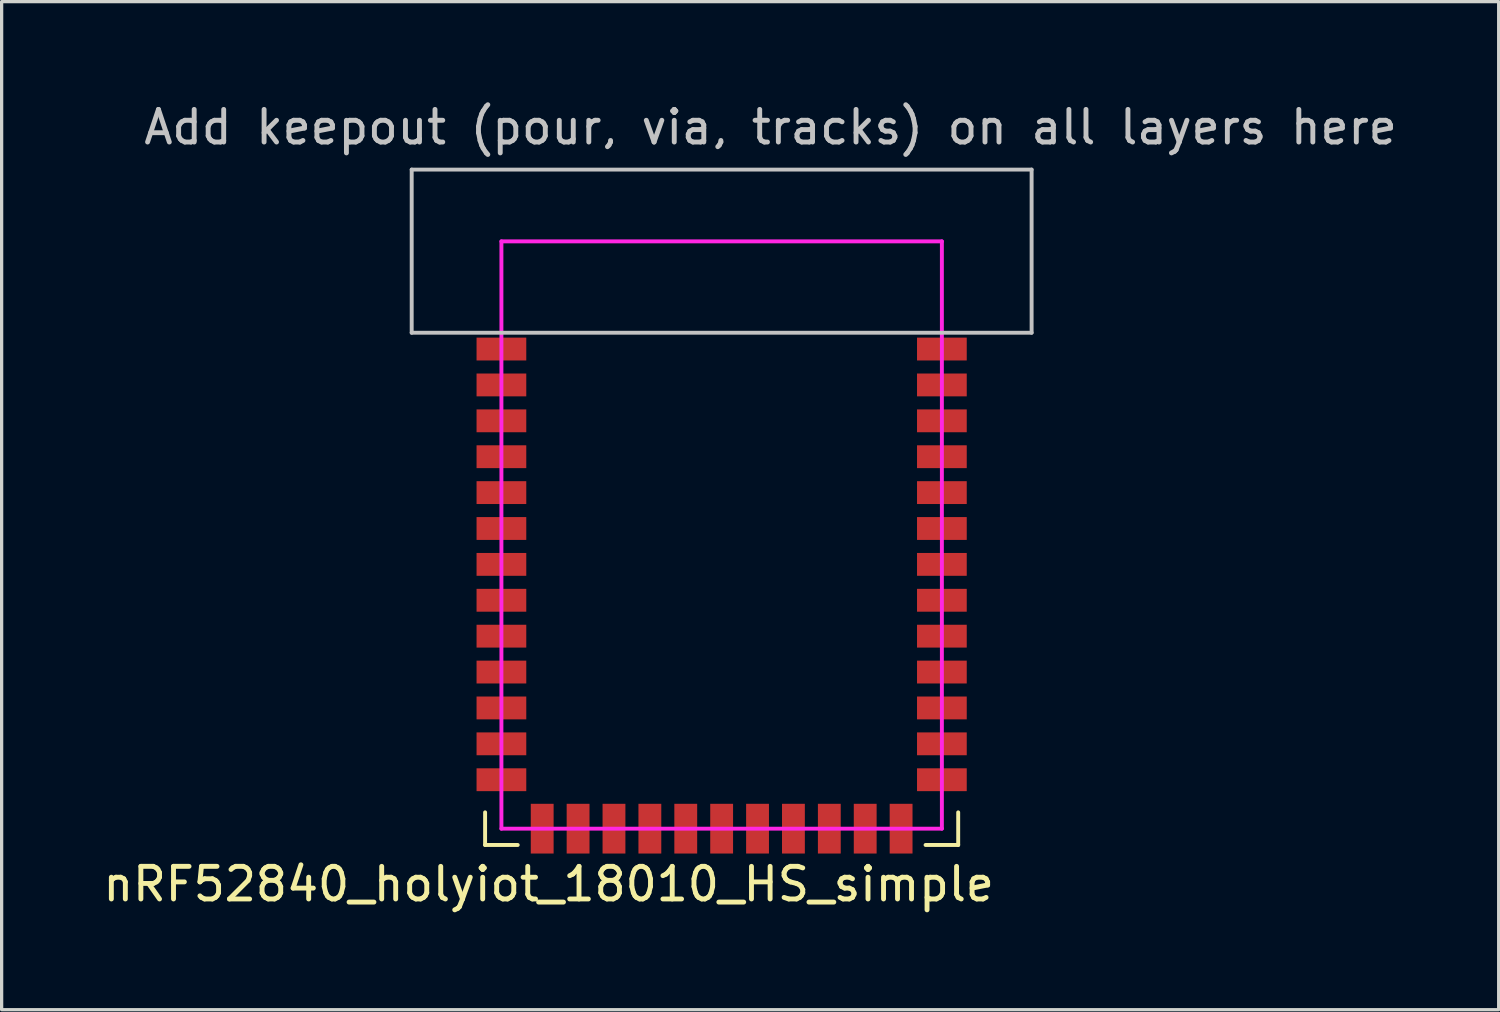
<source format=kicad_pcb>
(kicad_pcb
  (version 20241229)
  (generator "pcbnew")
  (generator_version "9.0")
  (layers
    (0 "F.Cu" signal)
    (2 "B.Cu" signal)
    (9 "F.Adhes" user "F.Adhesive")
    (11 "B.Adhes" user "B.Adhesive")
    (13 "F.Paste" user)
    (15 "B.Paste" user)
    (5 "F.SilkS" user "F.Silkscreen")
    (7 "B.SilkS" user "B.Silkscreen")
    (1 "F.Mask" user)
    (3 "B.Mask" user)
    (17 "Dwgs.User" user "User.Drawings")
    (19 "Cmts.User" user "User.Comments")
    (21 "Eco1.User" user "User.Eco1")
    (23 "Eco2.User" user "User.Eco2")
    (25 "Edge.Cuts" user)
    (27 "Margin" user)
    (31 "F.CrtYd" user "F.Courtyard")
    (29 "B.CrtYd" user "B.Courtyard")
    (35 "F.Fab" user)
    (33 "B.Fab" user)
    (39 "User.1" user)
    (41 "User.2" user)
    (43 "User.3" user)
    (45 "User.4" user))
  (footprint "nRF52840_holyiot_18010_HS_simple"
    (layer "F.Cu")
    (at 19.068 13.348)
    (property "Reference" "nRF52840_holyiot_18010_HS_simple" (at -5.3 10.7 0) (layer "F.SilkS") (effects (font (size 1 1) (thickness 0.15))))
    (attr through_hole)
    (fp_line (start -7.25 8.5) (end -7.25 9.5) (stroke (width 0.12) (type solid)) (layer "F.SilkS"))
    (fp_line (start -6.25 9.5) (end -7.25 9.5) (stroke (width 0.12) (type solid)) (layer "F.SilkS"))
    (fp_line (start 6.25 9.5) (end 7.25 9.5) (stroke (width 0.12) (type solid)) (layer "F.SilkS"))
    (fp_line (start 7.25 8.5) (end 7.25 9.5) (stroke (width 0.12) (type solid)) (layer "F.SilkS"))
    (fp_line (start -9.5 -11.2) (end 9.5 -11.2) (stroke (width 0.12) (type solid)) (layer "Dwgs.User"))
    (fp_line (start -9.5 -6.2) (end -9.5 -11.2) (stroke (width 0.12) (type solid)) (layer "Dwgs.User"))
    (fp_line (start 9.5 -11.2) (end 9.5 -6.2) (stroke (width 0.12) (type solid)) (layer "Dwgs.User"))
    (fp_line (start 9.5 -6.2) (end -9.5 -6.2) (stroke (width 0.12) (type solid)) (layer "Dwgs.User"))
    (fp_line (start -6.75 -9) (end 6.75 -9) (stroke (width 0.12) (type solid)) (layer "F.CrtYd"))
    (fp_line (start -6.75 9) (end -6.75 -9) (stroke (width 0.12) (type solid)) (layer "F.CrtYd"))
    (fp_line (start 6.75 -9) (end 6.75 9) (stroke (width 0.12) (type solid)) (layer "F.CrtYd"))
    (fp_line (start 6.75 9) (end -6.75 9) (stroke (width 0.12) (type solid)) (layer "F.CrtYd"))
    (fp_text user "Add keepout (pour, via, tracks) on all layers here" (at 1.5 -12.5 0) (layer "Dwgs.User") (effects (font (size 1 1) (thickness 0.15))))
    (pad "1" smd rect (at -6.75 -5.7) (size 1.524 0.7) (layers "F.Cu" "F.Mask" "F.Paste"))
    (pad "2" smd rect (at -6.75 -4.6) (size 1.524 0.7) (layers "F.Cu" "F.Mask" "F.Paste"))
    (pad "3" smd rect (at -6.75 -3.5) (size 1.524 0.7) (layers "F.Cu" "F.Mask" "F.Paste"))
    (pad "4" smd rect (at -6.75 -2.4) (size 1.524 0.7) (layers "F.Cu" "F.Mask" "F.Paste"))
    (pad "5" smd rect (at -6.75 -1.3) (size 1.524 0.7) (layers "F.Cu" "F.Mask" "F.Paste"))
    (pad "6" smd rect (at -6.75 -0.2) (size 1.524 0.7) (layers "F.Cu" "F.Mask" "F.Paste"))
    (pad "7" smd rect (at -6.75 0.9) (size 1.524 0.7) (layers "F.Cu" "F.Mask" "F.Paste"))
    (pad "8" smd rect (at -6.75 2) (size 1.524 0.7) (layers "F.Cu" "F.Mask" "F.Paste"))
    (pad "9" smd rect (at -6.75 3.1) (size 1.524 0.7) (layers "F.Cu" "F.Mask" "F.Paste"))
    (pad "10" smd rect (at -6.75 4.2) (size 1.524 0.7) (layers "F.Cu" "F.Mask" "F.Paste"))
    (pad "11" smd rect (at -6.75 5.3) (size 1.524 0.7) (layers "F.Cu" "F.Mask" "F.Paste"))
    (pad "12" smd rect (at -6.75 6.4) (size 1.524 0.7) (layers "F.Cu" "F.Mask" "F.Paste"))
    (pad "13" smd rect (at -6.75 7.5) (size 1.524 0.7) (layers "F.Cu" "F.Mask" "F.Paste"))
    (pad "14" smd rect (at -5.5 9 90) (size 1.524 0.7) (layers "F.Cu" "F.Mask" "F.Paste"))
    (pad "15" smd rect (at -4.4 9 90) (size 1.524 0.7) (layers "F.Cu" "F.Mask" "F.Paste"))
    (pad "16" smd rect (at -3.3 9 90) (size 1.524 0.7) (layers "F.Cu" "F.Mask" "F.Paste"))
    (pad "17" smd rect (at -2.2 9 90) (size 1.524 0.7) (layers "F.Cu" "F.Mask" "F.Paste"))
    (pad "18" smd rect (at -1.1 9 90) (size 1.524 0.7) (layers "F.Cu" "F.Mask" "F.Paste"))
    (pad "19" smd rect (at 0 9 90) (size 1.524 0.7) (layers "F.Cu" "F.Mask" "F.Paste"))
    (pad "20" smd rect (at 1.1 9 90) (size 1.524 0.7) (layers "F.Cu" "F.Mask" "F.Paste"))
    (pad "21" smd rect (at 2.2 9 90) (size 1.524 0.7) (layers "F.Cu" "F.Mask" "F.Paste"))
    (pad "22" smd rect (at 3.3 9 90) (size 1.524 0.7) (layers "F.Cu" "F.Mask" "F.Paste"))
    (pad "23" smd rect (at 4.4 9 90) (size 1.524 0.7) (layers "F.Cu" "F.Mask" "F.Paste"))
    (pad "24" smd rect (at 5.5 9 90) (size 1.524 0.7) (layers "F.Cu" "F.Mask" "F.Paste"))
    (pad "25" smd rect (at 6.75 7.5 180) (size 1.524 0.7) (layers "F.Cu" "F.Mask" "F.Paste"))
    (pad "26" smd rect (at 6.75 6.4 180) (size 1.524 0.7) (layers "F.Cu" "F.Mask" "F.Paste"))
    (pad "27" smd rect (at 6.75 5.3 180) (size 1.524 0.7) (layers "F.Cu" "F.Mask" "F.Paste"))
    (pad "28" smd rect (at 6.75 4.2 180) (size 1.524 0.7) (layers "F.Cu" "F.Mask" "F.Paste"))
    (pad "29" smd rect (at 6.75 3.1 180) (size 1.524 0.7) (layers "F.Cu" "F.Mask" "F.Paste"))
    (pad "30" smd rect (at 6.75 2 180) (size 1.524 0.7) (layers "F.Cu" "F.Mask" "F.Paste"))
    (pad "31" smd rect (at 6.75 0.9 180) (size 1.524 0.7) (layers "F.Cu" "F.Mask" "F.Paste"))
    (pad "32" smd rect (at 6.75 -0.2 180) (size 1.524 0.7) (layers "F.Cu" "F.Mask" "F.Paste"))
    (pad "33" smd rect (at 6.75 -1.3 180) (size 1.524 0.7) (layers "F.Cu" "F.Mask" "F.Paste"))
    (pad "34" smd rect (at 6.75 -2.4 180) (size 1.524 0.7) (layers "F.Cu" "F.Mask" "F.Paste"))
    (pad "35" smd rect (at 6.75 -3.5 180) (size 1.524 0.7) (layers "F.Cu" "F.Mask" "F.Paste"))
    (pad "36" smd rect (at 6.75 -4.6 180) (size 1.524 0.7) (layers "F.Cu" "F.Mask" "F.Paste"))
    (pad "37" smd rect (at 6.75 -5.7 180) (size 1.524 0.7) (layers "F.Cu" "F.Mask" "F.Paste")))
  (gr_rect
    (start -3 -3)
    (end 42.883 27.896)
    (stroke (width 0.1) (type default))
    (fill no)
    (layer "Edge.Cuts")))
</source>
